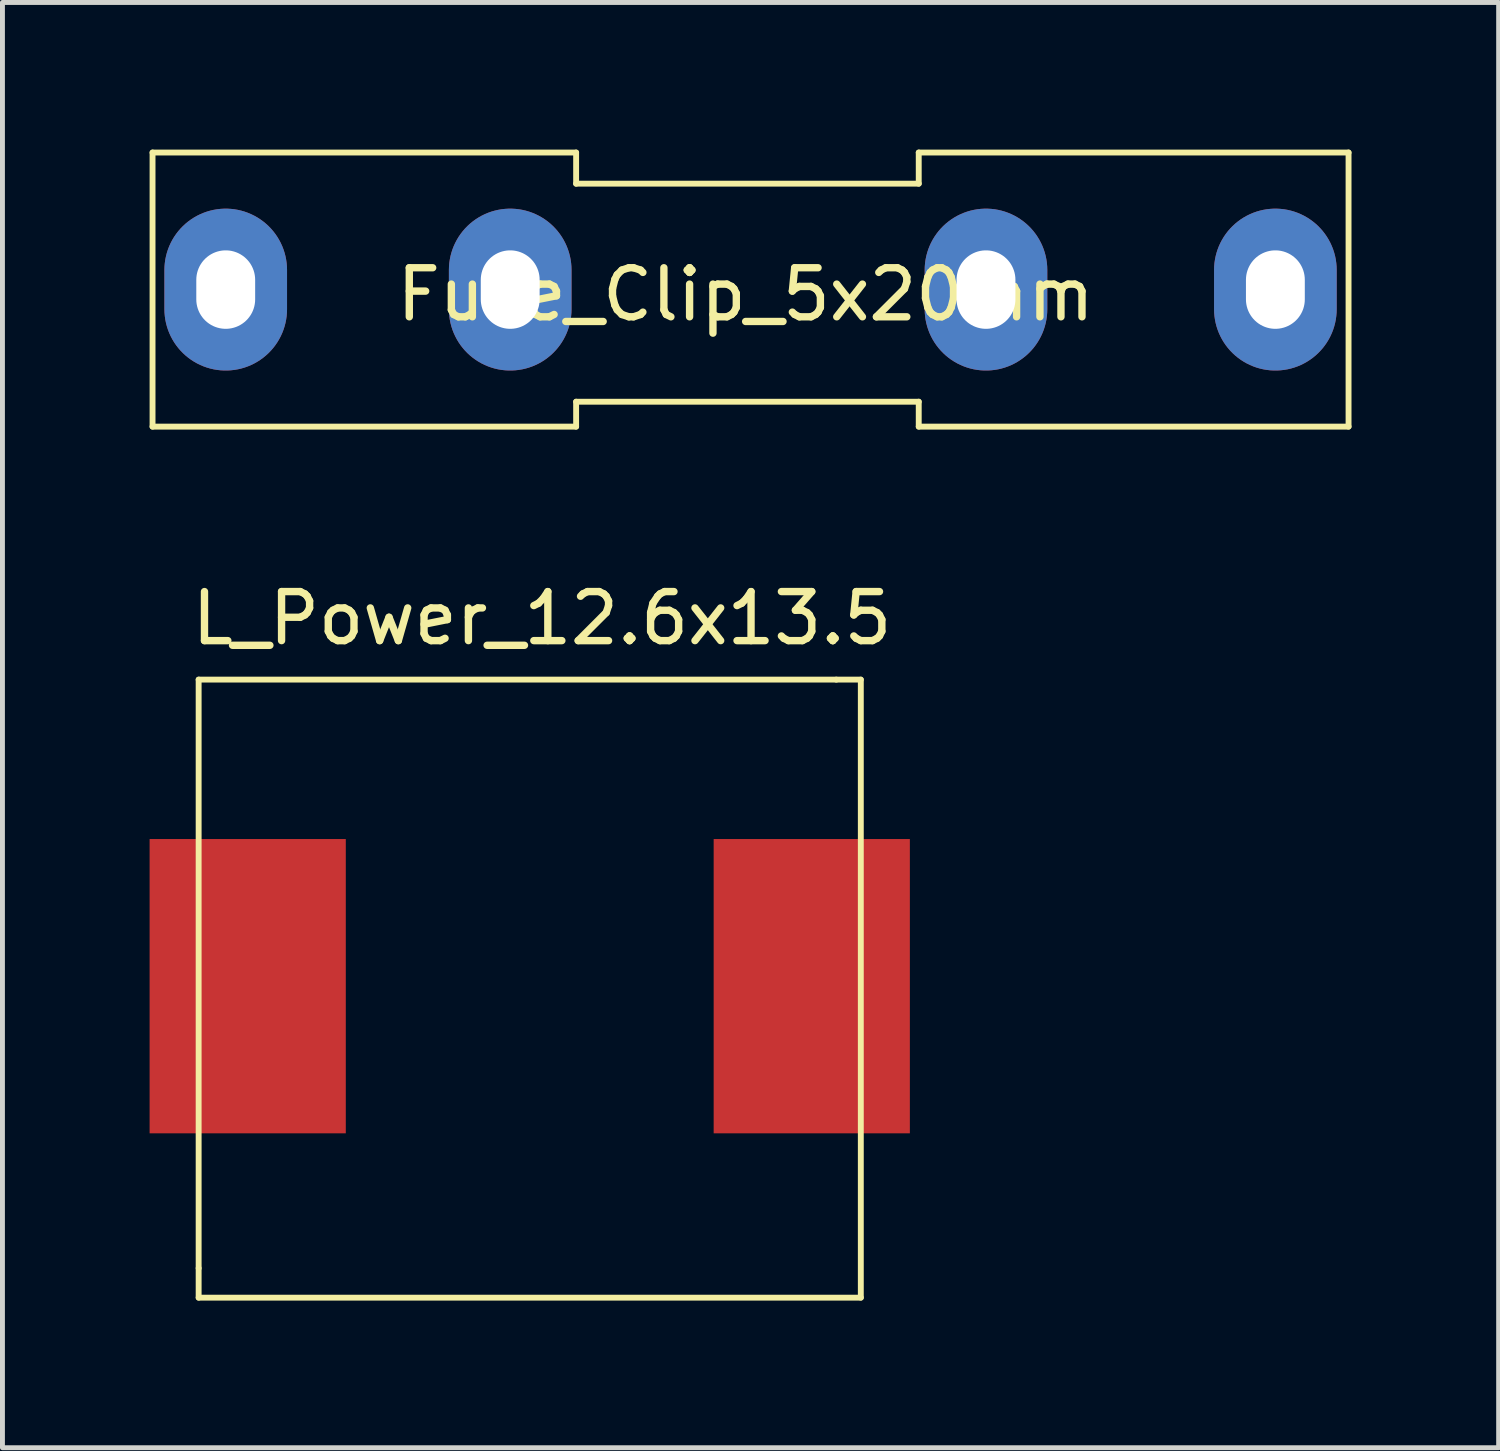
<source format=kicad_pcb>
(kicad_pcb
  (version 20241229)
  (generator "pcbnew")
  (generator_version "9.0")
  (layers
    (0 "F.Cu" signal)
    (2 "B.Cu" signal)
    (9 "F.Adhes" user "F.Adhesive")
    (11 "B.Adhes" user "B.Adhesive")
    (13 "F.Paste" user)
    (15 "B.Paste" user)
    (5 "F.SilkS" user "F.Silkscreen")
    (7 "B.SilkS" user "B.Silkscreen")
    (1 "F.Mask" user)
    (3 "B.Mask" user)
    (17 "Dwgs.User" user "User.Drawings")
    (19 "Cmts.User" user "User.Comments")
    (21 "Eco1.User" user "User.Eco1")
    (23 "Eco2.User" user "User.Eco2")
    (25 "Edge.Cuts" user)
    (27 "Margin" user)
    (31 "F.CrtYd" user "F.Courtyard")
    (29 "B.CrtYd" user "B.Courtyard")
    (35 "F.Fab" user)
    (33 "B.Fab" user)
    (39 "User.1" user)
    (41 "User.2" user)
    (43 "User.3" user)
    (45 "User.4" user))
  (footprint "Fuse_Clip_5x20mm"
    (layer "F.Cu")
    (at 12.252 2.854)
    (property "Reference" "Fuse_Clip_5x20mm" (at -0.1 0.1 0) (layer "F.SilkS") (effects (font (size 1 1) (thickness 0.15))))
    (attr through_hole)
    (fp_line (start -12.192 -2.794) (end -12.192 2.794) (stroke (width 0.12) (type solid)) (layer "F.SilkS"))
    (fp_line (start -12.192 2.794) (end -3.556 2.794) (stroke (width 0.12) (type solid)) (layer "F.SilkS"))
    (fp_line (start -3.556 -2.794) (end -12.192 -2.794) (stroke (width 0.12) (type solid)) (layer "F.SilkS"))
    (fp_line (start -3.556 -2.159) (end -3.556 -2.794) (stroke (width 0.12) (type solid)) (layer "F.SilkS"))
    (fp_line (start -3.556 2.286) (end 3.429 2.286) (stroke (width 0.12) (type solid)) (layer "F.SilkS"))
    (fp_line (start -3.556 2.794) (end -3.556 2.286) (stroke (width 0.12) (type solid)) (layer "F.SilkS"))
    (fp_line (start 3.429 -2.794) (end 3.429 -2.159) (stroke (width 0.12) (type solid)) (layer "F.SilkS"))
    (fp_line (start 3.429 -2.159) (end -3.556 -2.159) (stroke (width 0.12) (type solid)) (layer "F.SilkS"))
    (fp_line (start 3.429 2.286) (end 3.429 2.794) (stroke (width 0.12) (type solid)) (layer "F.SilkS"))
    (fp_line (start 3.429 2.794) (end 12.192 2.794) (stroke (width 0.12) (type solid)) (layer "F.SilkS"))
    (fp_line (start 12.192 -2.794) (end 3.429 -2.794) (stroke (width 0.12) (type solid)) (layer "F.SilkS"))
    (fp_line (start 12.192 2.794) (end 12.192 -2.794) (stroke (width 0.12) (type solid)) (layer "F.SilkS"))
    (pad "1" thru_hole oval (at -10.7 0 90) (size 3.3 2.5) (drill oval 1.6 1.2) (layers "*.Cu" "*.Mask"))
    (pad "1" thru_hole oval (at -4.9 0 90) (size 3.3 2.5) (drill oval 1.6 1.2) (layers "*.Cu" "*.Mask"))
    (pad "2" thru_hole oval (at 4.8 0 90) (size 3.3 2.5) (drill oval 1.6 1.2) (layers "*.Cu" "*.Mask"))
    (pad "2" thru_hole oval (at 10.7 0 90) (size 3.3 2.5) (drill oval 1.6 1.2) (layers "*.Cu" "*.Mask")))
  (footprint "L_Power_12.6x13.5"
    (layer "F.Cu")
    (at 7.5 16.306)
    (property "Reference" "L_Power_12.6x13.5" (at 0.5 -6.75 0) (layer "F.SilkS") (effects (font (size 1 1) (thickness 0.15))))
    (attr through_hole)
    (fp_line (start -6.5 -5.5) (end -6.5 6.5) (stroke (width 0.12) (type solid)) (layer "F.SilkS"))
    (fp_line (start -6.5 -5.5) (end 6.5 -5.5) (stroke (width 0.12) (type solid)) (layer "F.SilkS"))
    (fp_line (start -6.5 6.5) (end -6.5 7.1) (stroke (width 0.12) (type solid)) (layer "F.SilkS"))
    (fp_line (start 6.5 -5.5) (end 7 -5.5) (stroke (width 0.12) (type solid)) (layer "F.SilkS"))
    (fp_line (start 7 -5.5) (end 7 7.1) (stroke (width 0.12) (type solid)) (layer "F.SilkS"))
    (fp_line (start 7 7.1) (end -6.5 7.1) (stroke (width 0.12) (type solid)) (layer "F.SilkS"))
    (pad "1" smd rect (at 6 0.75) (size 4 6) (layers "F.Cu" "F.Mask" "F.Paste"))
    (pad "2" smd rect (at -5.5 0.75) (size 4 6) (layers "F.Cu" "F.Mask" "F.Paste")))
  (gr_rect
    (start -3 -3)
    (end 27.504 26.466)
    (stroke (width 0.1) (type default))
    (fill no)
    (layer "Edge.Cuts")))
</source>
